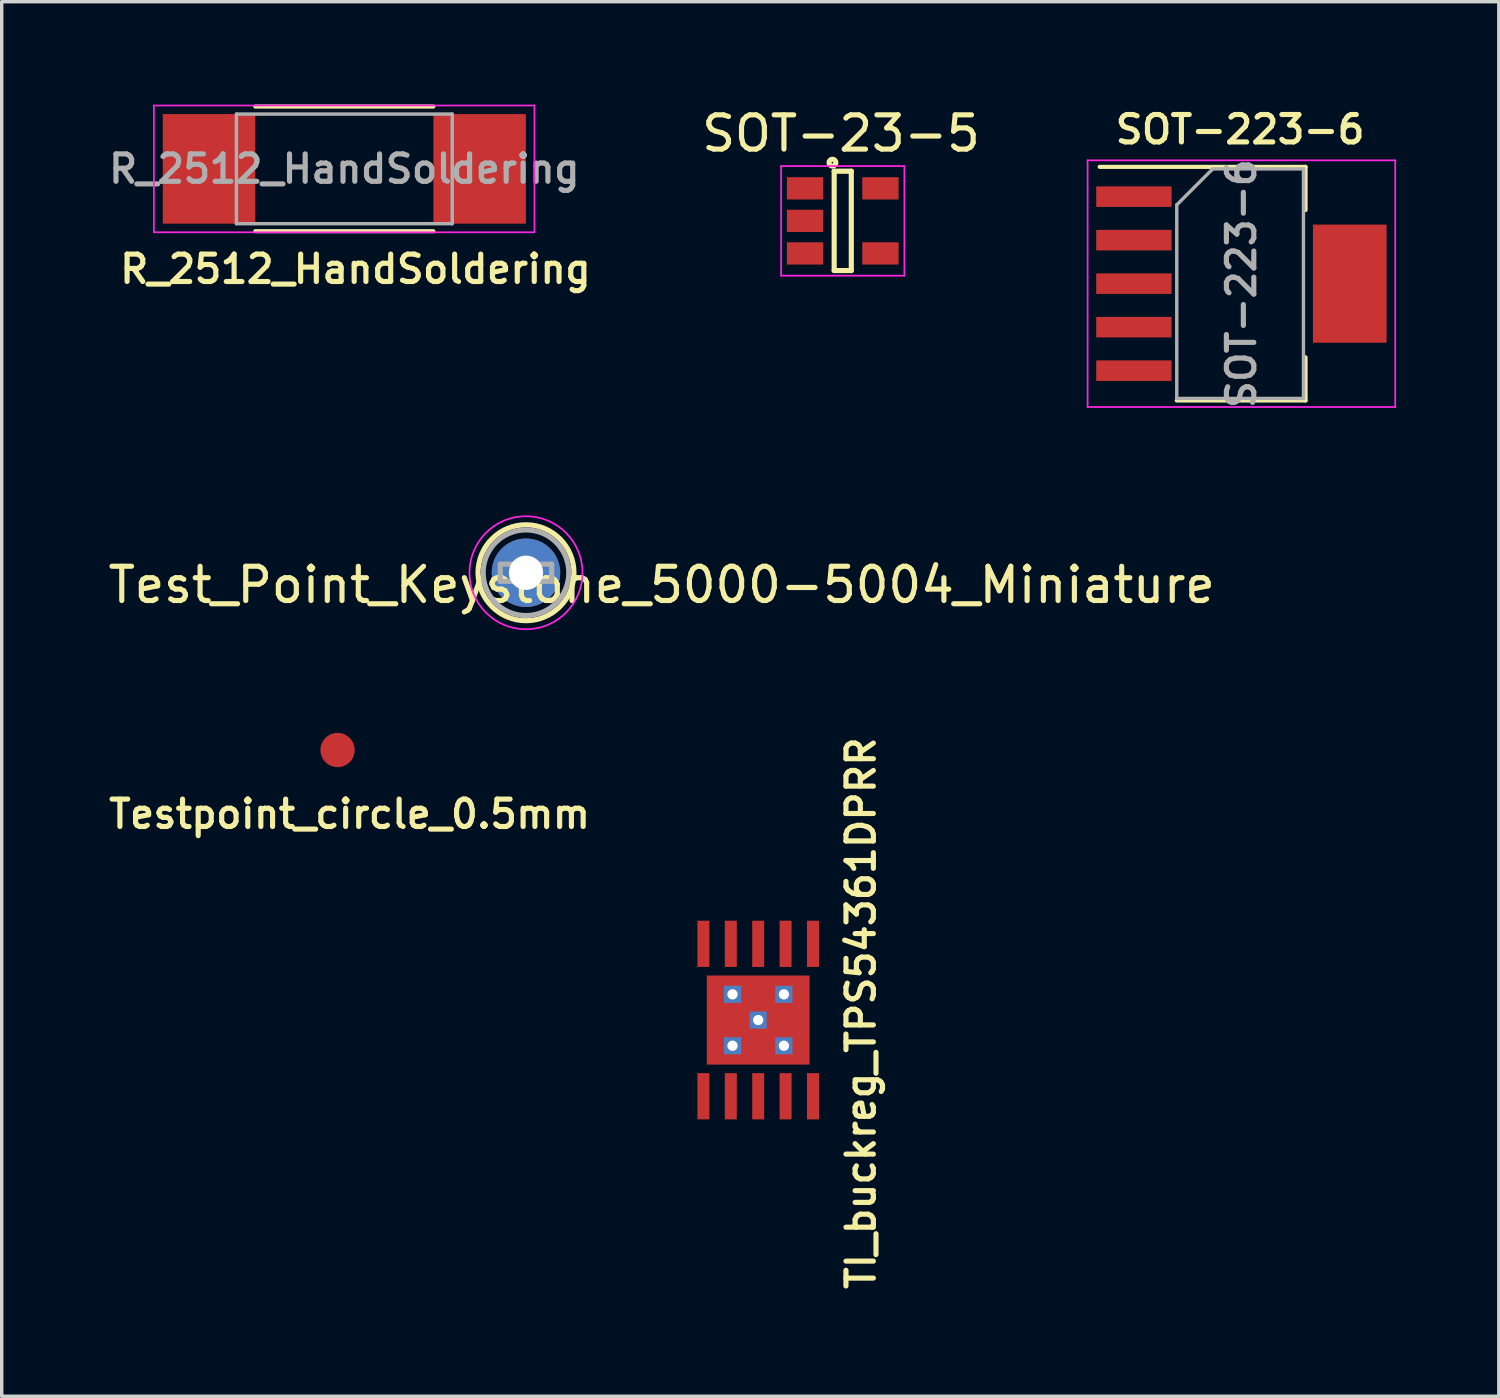
<source format=kicad_pcb>
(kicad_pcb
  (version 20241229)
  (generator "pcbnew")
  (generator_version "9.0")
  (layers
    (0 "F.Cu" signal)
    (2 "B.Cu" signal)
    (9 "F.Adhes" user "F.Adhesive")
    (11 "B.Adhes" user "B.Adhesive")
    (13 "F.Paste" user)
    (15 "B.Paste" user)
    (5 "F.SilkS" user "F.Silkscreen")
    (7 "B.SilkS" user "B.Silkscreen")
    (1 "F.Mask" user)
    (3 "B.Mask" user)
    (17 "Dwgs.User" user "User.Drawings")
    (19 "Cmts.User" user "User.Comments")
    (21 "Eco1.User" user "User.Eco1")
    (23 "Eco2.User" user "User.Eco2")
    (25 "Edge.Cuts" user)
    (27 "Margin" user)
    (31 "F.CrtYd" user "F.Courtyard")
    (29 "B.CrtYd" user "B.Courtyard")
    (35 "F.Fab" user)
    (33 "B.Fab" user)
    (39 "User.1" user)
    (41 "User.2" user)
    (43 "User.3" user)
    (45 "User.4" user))
  (footprint "TI_buckreg_TPS54361DPRR"
    (layer "F.Cu")
    (at 19.084 26.728)
    (property "Reference" "TI_buckreg_TPS54361DPRR" (at 3 -0.2 90) (layer "F.SilkS") (effects (font (size 0.8 0.8) (thickness 0.15))))
    (attr through_hole)
    (pad "1" smd rect (at -1.6 2.225) (size 0.35 1.35) (layers "F.Cu" "F.Mask" "F.Paste"))
    (pad "2" smd rect (at -0.8 2.225) (size 0.35 1.35) (layers "F.Cu" "F.Mask" "F.Paste"))
    (pad "3" smd rect (at 0 2.225) (size 0.35 1.35) (layers "F.Cu" "F.Mask" "F.Paste"))
    (pad "4" smd rect (at 0.8 2.225) (size 0.35 1.35) (layers "F.Cu" "F.Mask" "F.Paste"))
    (pad "5" smd rect (at 1.6 2.225) (size 0.35 1.35) (layers "F.Cu" "F.Mask" "F.Paste"))
    (pad "6" smd rect (at 1.6 -2.225) (size 0.35 1.35) (layers "F.Cu" "F.Mask" "F.Paste"))
    (pad "7" smd rect (at 0.8 -2.225) (size 0.35 1.35) (layers "F.Cu" "F.Mask" "F.Paste"))
    (pad "8" smd rect (at 0 -2.225) (size 0.35 1.35) (layers "F.Cu" "F.Mask" "F.Paste"))
    (pad "9" smd rect (at -0.8 -2.225) (size 0.35 1.35) (layers "F.Cu" "F.Mask" "F.Paste"))
    (pad "10" smd rect (at -1.6 -2.225) (size 0.35 1.35) (layers "F.Cu" "F.Mask" "F.Paste"))
    (pad "11" thru_hole rect (at -0.75 -0.75) (size 0.5 0.5) (drill 0.3) (layers "*.Cu" "*.Mask"))
    (pad "11" thru_hole rect (at -0.75 0.75) (size 0.5 0.5) (drill 0.3) (layers "*.Cu" "*.Mask"))
    (pad "11" thru_hole rect (at 0 0) (size 0.5 0.5) (drill 0.3) (layers "*.Cu" "*.Mask"))
    (pad "11" smd rect (at 0 0) (size 3 2.6) (layers "F.Cu" "F.Mask" "F.Paste"))
    (pad "11" thru_hole rect (at 0.75 -0.75) (size 0.5 0.5) (drill 0.3) (layers "*.Cu" "*.Mask"))
    (pad "11" thru_hole rect (at 0.75 0.75) (size 0.5 0.5) (drill 0.3) (layers "*.Cu" "*.Mask")))
  (footprint "SOT-223-6"
    (layer "F.Cu")
    (at 33.19 5.231)
    (property "Reference" "SOT-223-6" (at -0.037 -4.5 0) (layer "F.SilkS") (effects (font (size 0.8 0.8) (thickness 0.15))))
    (attr smd)
    (fp_line (start -4.138 -3.41) (end 1.873 -3.41) (stroke (width 0.12) (type solid)) (layer "F.SilkS"))
    (fp_line (start -1.887 3.41) (end 1.873 3.41) (stroke (width 0.12) (type solid)) (layer "F.SilkS"))
    (fp_line (start 1.873 -3.41) (end 1.873 -2.15) (stroke (width 0.12) (type solid)) (layer "F.SilkS"))
    (fp_line (start 1.873 3.41) (end 1.873 2.15) (stroke (width 0.12) (type solid)) (layer "F.SilkS"))
    (fp_line (start -4.49 -3.6) (end -4.49 3.6) (stroke (width 0.05) (type solid)) (layer "F.CrtYd"))
    (fp_line (start -4.49 -3.6) (end 4.49 -3.6) (stroke (width 0.05) (type solid)) (layer "F.CrtYd"))
    (fp_line (start 4.49 3.6) (end -4.49 3.6) (stroke (width 0.05) (type solid)) (layer "F.CrtYd"))
    (fp_line (start 4.49 3.6) (end 4.49 -3.6) (stroke (width 0.05) (type solid)) (layer "F.CrtYd"))
    (fp_line (start -1.887 -2.3) (end -1.887 3.35) (stroke (width 0.1) (type solid)) (layer "F.Fab"))
    (fp_line (start -1.887 -2.3) (end -0.838 -3.35) (stroke (width 0.1) (type solid)) (layer "F.Fab"))
    (fp_line (start -1.887 3.35) (end 1.812 3.35) (stroke (width 0.1) (type solid)) (layer "F.Fab"))
    (fp_line (start -0.838 -3.35) (end 1.812 -3.35) (stroke (width 0.1) (type solid)) (layer "F.Fab"))
    (fp_line (start 1.812 -3.35) (end 1.812 3.35) (stroke (width 0.1) (type solid)) (layer "F.Fab"))
    (fp_text user "${REFERENCE}" (at 0 0 90) (layer "F.Fab") (effects (font (size 0.8 0.8) (thickness 0.15))))
    (pad "1" smd rect (at -3.138 -2.54) (size 2.2 0.6) (layers "F.Cu" "F.Mask" "F.Paste"))
    (pad "2" smd rect (at -3.138 -1.27) (size 2.2 0.6) (layers "F.Cu" "F.Mask" "F.Paste"))
    (pad "3" smd rect (at -3.138 0) (size 2.2 0.6) (layers "F.Cu" "F.Mask" "F.Paste"))
    (pad "4" smd rect (at -3.138 1.27) (size 2.2 0.6) (layers "F.Cu" "F.Mask" "F.Paste"))
    (pad "5" smd rect (at -3.138 2.54) (size 2.2 0.6) (layers "F.Cu" "F.Mask" "F.Paste"))
    (pad "6" smd rect (at 3.163 0) (size 2.15 3.45) (layers "F.Cu" "F.Mask" "F.Paste")))
  (footprint "Test_Point_Keystone_5000-5004_Miniature"
    (layer "F.Cu")
    (at 12.305 13.67)
    (property "Reference" "Test_Point_Keystone_5000-5004_Miniature" (at 3.962 0.356 0) (layer "F.SilkS") (effects (font (size 1 1) (thickness 0.15))))
    (attr exclude_from_pos_files exclude_from_bom)
    (fp_circle (center 0 0) (end 1.4 0) (stroke (width 0.15) (type solid)) (fill no) (layer "F.SilkS"))
    (fp_circle (center 0 0) (end 1.65 0) (stroke (width 0.05) (type solid)) (fill no) (layer "F.CrtYd"))
    (fp_line (start -0.75 -0.25) (end 0.75 -0.25) (stroke (width 0.15) (type solid)) (layer "F.Fab"))
    (fp_line (start -0.75 0.25) (end -0.75 -0.25) (stroke (width 0.15) (type solid)) (layer "F.Fab"))
    (fp_line (start 0.75 -0.25) (end 0.75 0.25) (stroke (width 0.15) (type solid)) (layer "F.Fab"))
    (fp_line (start 0.75 0.25) (end -0.75 0.25) (stroke (width 0.15) (type solid)) (layer "F.Fab"))
    (fp_circle (center 0 0) (end 1.25 0) (stroke (width 0.15) (type solid)) (fill no) (layer "F.Fab"))
    (pad "1" thru_hole circle (at 0 0) (size 2 2) (drill 1) (layers "*.Cu" "*.Mask")))
  (footprint "SOT-23-5"
    (layer "F.Cu")
    (at 21.552 3.398)
    (property "Reference" "SOT-23-5" (at -0.05 -2.55 0) (layer "F.SilkS") (effects (font (size 1 1) (thickness 0.15))))
    (attr smd)
    (fp_line (start -0.25 -1.45) (end -0.25 1.45) (stroke (width 0.15) (type solid)) (layer "F.SilkS"))
    (fp_line (start -0.25 1.45) (end 0.25 1.45) (stroke (width 0.15) (type solid)) (layer "F.SilkS"))
    (fp_line (start 0.25 -1.45) (end -0.25 -1.45) (stroke (width 0.15) (type solid)) (layer "F.SilkS"))
    (fp_line (start 0.25 1.45) (end 0.25 -1.45) (stroke (width 0.15) (type solid)) (layer "F.SilkS"))
    (fp_circle (center -0.3 -1.7) (end -0.2 -1.7) (stroke (width 0.15) (type solid)) (fill no) (layer "F.SilkS"))
    (fp_line (start -1.8 -1.6) (end 1.8 -1.6) (stroke (width 0.05) (type solid)) (layer "F.CrtYd"))
    (fp_line (start -1.8 1.6) (end -1.8 -1.6) (stroke (width 0.05) (type solid)) (layer "F.CrtYd"))
    (fp_line (start 1.8 -1.6) (end 1.8 1.6) (stroke (width 0.05) (type solid)) (layer "F.CrtYd"))
    (fp_line (start 1.8 1.6) (end -1.8 1.6) (stroke (width 0.05) (type solid)) (layer "F.CrtYd"))
    (pad "1" smd rect (at -1.1 -0.95) (size 1.06 0.65) (layers "F.Cu" "F.Mask" "F.Paste"))
    (pad "2" smd rect (at -1.1 0) (size 1.06 0.65) (layers "F.Cu" "F.Mask" "F.Paste"))
    (pad "3" smd rect (at -1.1 0.95) (size 1.06 0.65) (layers "F.Cu" "F.Mask" "F.Paste"))
    (pad "4" smd rect (at 1.1 0.95) (size 1.06 0.65) (layers "F.Cu" "F.Mask" "F.Paste"))
    (pad "5" smd rect (at 1.1 -0.95) (size 1.06 0.65) (layers "F.Cu" "F.Mask" "F.Paste")))
  (footprint "Testpoint_circle_0.5mm"
    (layer "F.Cu")
    (at 6.805 18.845)
    (property "Reference" "Testpoint_circle_0.5mm" (at 0.35 1.87 0) (layer "F.SilkS") (effects (font (size 0.8 0.8) (thickness 0.15))))
    (attr through_hole)
    (pad "1" smd circle (at 0 0) (size 1 1) (layers "F.Cu" "F.Mask" "F.Paste")))
  (footprint "R_2512_HandSoldering"
    (layer "F.Cu")
    (at 7.002 1.88)
    (property "Reference" "R_2512_HandSoldering" (at 0.325 2.925 0) (layer "F.SilkS") (effects (font (size 0.8 0.8) (thickness 0.15))))
    (attr smd)
    (fp_line (start -2.6 -1.82) (end 2.6 -1.82) (stroke (width 0.12) (type solid)) (layer "F.SilkS"))
    (fp_line (start 2.6 1.82) (end -2.6 1.82) (stroke (width 0.12) (type solid)) (layer "F.SilkS"))
    (fp_line (start -5.56 -1.85) (end -5.56 1.85) (stroke (width 0.05) (type solid)) (layer "F.CrtYd"))
    (fp_line (start -5.56 -1.85) (end 5.55 -1.85) (stroke (width 0.05) (type solid)) (layer "F.CrtYd"))
    (fp_line (start 5.55 1.85) (end -5.56 1.85) (stroke (width 0.05) (type solid)) (layer "F.CrtYd"))
    (fp_line (start 5.55 1.85) (end 5.55 -1.85) (stroke (width 0.05) (type solid)) (layer "F.CrtYd"))
    (fp_line (start -3.15 -1.6) (end 3.15 -1.6) (stroke (width 0.1) (type solid)) (layer "F.Fab"))
    (fp_line (start -3.15 1.6) (end -3.15 -1.6) (stroke (width 0.1) (type solid)) (layer "F.Fab"))
    (fp_line (start 3.15 -1.6) (end 3.15 1.6) (stroke (width 0.1) (type solid)) (layer "F.Fab"))
    (fp_line (start 3.15 1.6) (end -3.15 1.6) (stroke (width 0.1) (type solid)) (layer "F.Fab"))
    (fp_text user "${REFERENCE}" (at 0 0 0) (layer "F.Fab") (effects (font (size 0.8 0.8) (thickness 0.15))))
    (pad "1" smd rect (at -3.95 0) (size 2.7 3.2) (layers "F.Cu" "F.Mask" "F.Paste"))
    (pad "2" smd rect (at 3.95 0) (size 2.7 3.2) (layers "F.Cu" "F.Mask" "F.Paste")))
  (gr_rect
    (start -3 -3)
    (end 40.705 37.711)
    (stroke (width 0.1) (type default))
    (fill no)
    (layer "Edge.Cuts")))
</source>
